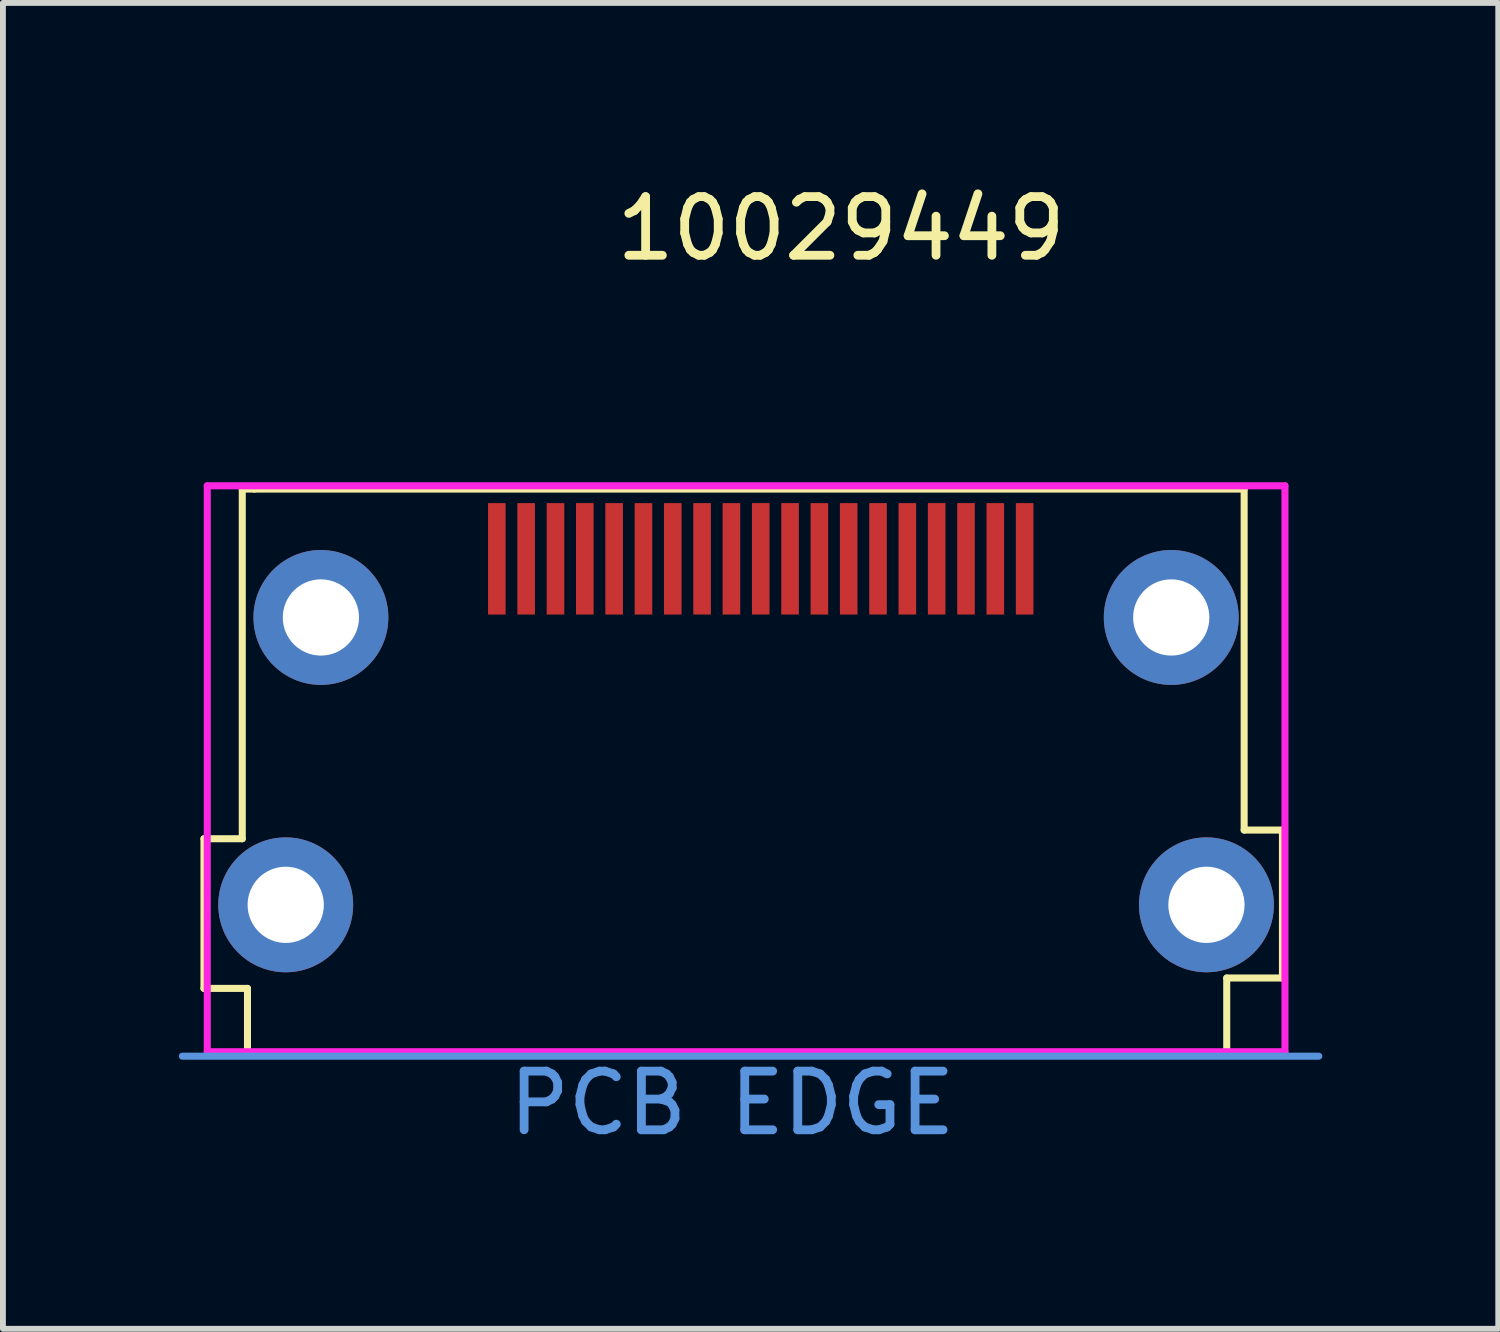
<source format=kicad_pcb>
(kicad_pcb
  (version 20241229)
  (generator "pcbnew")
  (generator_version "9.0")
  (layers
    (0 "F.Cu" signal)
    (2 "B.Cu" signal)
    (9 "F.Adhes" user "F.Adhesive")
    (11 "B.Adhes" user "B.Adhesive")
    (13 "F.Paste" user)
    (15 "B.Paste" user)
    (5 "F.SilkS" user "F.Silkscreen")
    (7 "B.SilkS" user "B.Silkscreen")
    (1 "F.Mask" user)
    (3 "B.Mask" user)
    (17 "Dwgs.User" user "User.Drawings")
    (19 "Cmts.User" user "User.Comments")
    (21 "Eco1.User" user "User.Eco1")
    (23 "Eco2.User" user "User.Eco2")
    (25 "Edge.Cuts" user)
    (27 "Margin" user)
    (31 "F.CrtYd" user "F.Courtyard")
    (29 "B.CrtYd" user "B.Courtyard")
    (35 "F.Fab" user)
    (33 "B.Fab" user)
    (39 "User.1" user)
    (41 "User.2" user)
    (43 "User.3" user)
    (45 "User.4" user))
  (footprint "10029449"
    (layer "F.Cu")
    (at 5.422 6.479)
    (property "Reference" "10029449" (at 5.87 -5.631 0) (layer "F.SilkS") (effects (font (size 1 1) (thickness 0.15))))
    (attr through_hole)
    (fp_line (start -4.994 4.773) (end -4.994 7.325) (stroke (width 0.12) (type solid)) (layer "F.SilkS"))
    (fp_line (start -4.994 7.325) (end -4.252 7.325) (stroke (width 0.12) (type solid)) (layer "F.SilkS"))
    (fp_line (start -4.341 -1.189) (end -4.341 4.773) (stroke (width 0.12) (type solid)) (layer "F.SilkS"))
    (fp_line (start -4.341 4.773) (end -4.994 4.773) (stroke (width 0.12) (type solid)) (layer "F.SilkS"))
    (fp_line (start -4.252 7.325) (end -4.252 8.423) (stroke (width 0.12) (type solid)) (layer "F.SilkS"))
    (fp_line (start -4.252 8.423) (end 12.388 8.423) (stroke (width 0.12) (type solid)) (layer "F.SilkS"))
    (fp_line (start -4.135 -1.189) (end -4.341 -1.189) (stroke (width 0.12) (type solid)) (layer "F.SilkS"))
    (fp_line (start 12.446 7.148) (end 13.396 7.148) (stroke (width 0.12) (type solid)) (layer "F.SilkS"))
    (fp_line (start 12.446 8.423) (end 12.446 7.148) (stroke (width 0.12) (type solid)) (layer "F.SilkS"))
    (fp_line (start 12.743 -1.189) (end -4.135 -1.189) (stroke (width 0.12) (type solid)) (layer "F.SilkS"))
    (fp_line (start 12.743 4.625) (end 12.743 -1.189) (stroke (width 0.12) (type solid)) (layer "F.SilkS"))
    (fp_line (start 13.396 4.625) (end 12.743 4.625) (stroke (width 0.12) (type solid)) (layer "F.SilkS"))
    (fp_line (start 13.396 7.148) (end 13.396 4.625) (stroke (width 0.12) (type solid)) (layer "F.SilkS"))
    (fp_line (start -5.362 8.481) (end 14.016 8.481) (stroke (width 0.12) (type solid)) (layer "Cmts.User"))
    (fp_line (start -4.938 -1.245) (end -4.938 8.405) (stroke (width 0.12) (type solid)) (layer "F.CrtYd"))
    (fp_line (start -4.938 8.405) (end 13.439 8.405) (stroke (width 0.12) (type solid)) (layer "F.CrtYd"))
    (fp_line (start 13.439 -1.245) (end -4.938 -1.245) (stroke (width 0.12) (type solid)) (layer "F.CrtYd"))
    (fp_line (start 13.439 8.43) (end 13.439 -1.245) (stroke (width 0.12) (type solid)) (layer "F.CrtYd"))
    (fp_text user "PCB EDGE" (at 4.013 9.281 0) (layer "Cmts.User") (effects (font (size 1 1) (thickness 0.15))))
    (pad "1" smd rect (at 9 0) (size 0.3 1.9) (layers "F.Cu" "F.Mask" "F.Paste"))
    (pad "2" smd rect (at 8.5 0) (size 0.3 1.9) (layers "F.Cu" "F.Mask" "F.Paste"))
    (pad "3" smd rect (at 8 0) (size 0.3 1.9) (layers "F.Cu" "F.Mask" "F.Paste"))
    (pad "4" smd rect (at 7.5 0) (size 0.3 1.9) (layers "F.Cu" "F.Mask" "F.Paste"))
    (pad "5" smd rect (at 7 0) (size 0.3 1.9) (layers "F.Cu" "F.Mask" "F.Paste"))
    (pad "6" smd rect (at 6.5 0) (size 0.3 1.9) (layers "F.Cu" "F.Mask" "F.Paste"))
    (pad "7" smd rect (at 6 0) (size 0.3 1.9) (layers "F.Cu" "F.Mask" "F.Paste"))
    (pad "8" smd rect (at 5.5 0) (size 0.3 1.9) (layers "F.Cu" "F.Mask" "F.Paste"))
    (pad "9" smd rect (at 5 0) (size 0.3 1.9) (layers "F.Cu" "F.Mask" "F.Paste"))
    (pad "10" smd rect (at 4.5 0) (size 0.3 1.9) (layers "F.Cu" "F.Mask" "F.Paste"))
    (pad "11" smd rect (at 4 0) (size 0.3 1.9) (layers "F.Cu" "F.Mask" "F.Paste"))
    (pad "12" smd rect (at 3.5 0) (size 0.3 1.9) (layers "F.Cu" "F.Mask" "F.Paste"))
    (pad "13" smd rect (at 3 0) (size 0.3 1.9) (layers "F.Cu" "F.Mask" "F.Paste"))
    (pad "14" smd rect (at 2.5 0) (size 0.3 1.9) (layers "F.Cu" "F.Mask" "F.Paste"))
    (pad "15" smd rect (at 2 0) (size 0.3 1.9) (layers "F.Cu" "F.Mask" "F.Paste"))
    (pad "16" smd rect (at 1.5 0) (size 0.3 1.9) (layers "F.Cu" "F.Mask" "F.Paste"))
    (pad "17" smd rect (at 1 0) (size 0.3 1.9) (layers "F.Cu" "F.Mask" "F.Paste"))
    (pad "18" smd rect (at 0.5 0) (size 0.3 1.9) (layers "F.Cu" "F.Mask" "F.Paste"))
    (pad "19" smd rect (at 0 0) (size 0.3 1.9) (layers "F.Cu" "F.Mask" "F.Paste"))
    (pad "SH" thru_hole circle (at -3.6 5.9) (size 2.3 2.3) (drill 1.3) (layers "*.Cu" "*.Mask"))
    (pad "SH" thru_hole circle (at -3 1) (size 2.3 2.3) (drill 1.3) (layers "*.Cu" "*.Mask"))
    (pad "SH" thru_hole circle (at 11.5 1) (size 2.3 2.3) (drill 1.3) (layers "*.Cu" "*.Mask"))
    (pad "SH" thru_hole circle (at 12.1 5.9) (size 2.3 2.3) (drill 1.3) (layers "*.Cu" "*.Mask")))
  (gr_rect
    (start -3 -3)
    (end 22.498 19.609)
    (stroke (width 0.1) (type default))
    (fill no)
    (layer "Edge.Cuts")))
</source>
